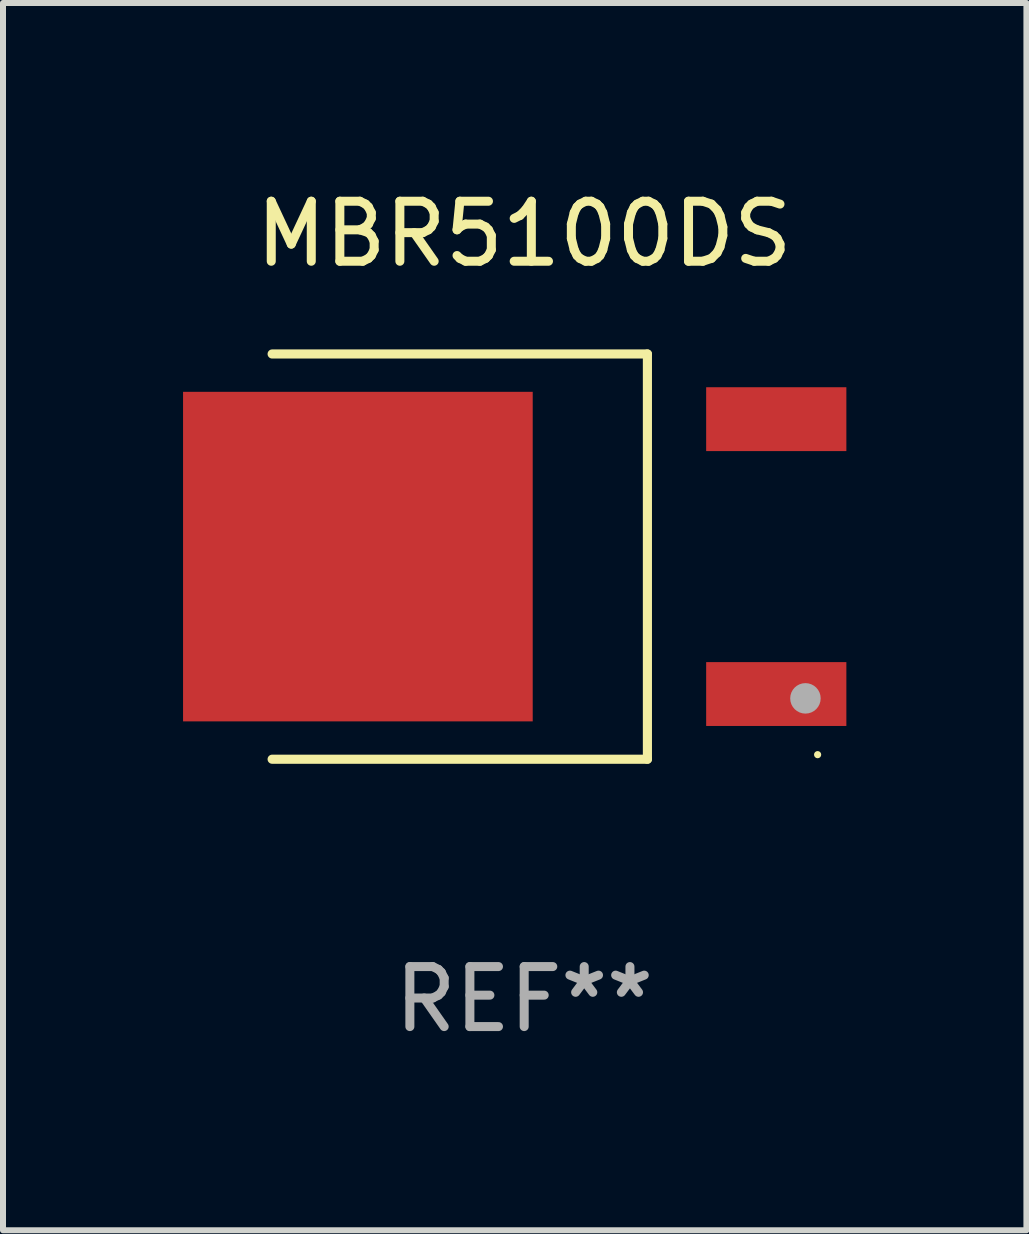
<source format=kicad_pcb>
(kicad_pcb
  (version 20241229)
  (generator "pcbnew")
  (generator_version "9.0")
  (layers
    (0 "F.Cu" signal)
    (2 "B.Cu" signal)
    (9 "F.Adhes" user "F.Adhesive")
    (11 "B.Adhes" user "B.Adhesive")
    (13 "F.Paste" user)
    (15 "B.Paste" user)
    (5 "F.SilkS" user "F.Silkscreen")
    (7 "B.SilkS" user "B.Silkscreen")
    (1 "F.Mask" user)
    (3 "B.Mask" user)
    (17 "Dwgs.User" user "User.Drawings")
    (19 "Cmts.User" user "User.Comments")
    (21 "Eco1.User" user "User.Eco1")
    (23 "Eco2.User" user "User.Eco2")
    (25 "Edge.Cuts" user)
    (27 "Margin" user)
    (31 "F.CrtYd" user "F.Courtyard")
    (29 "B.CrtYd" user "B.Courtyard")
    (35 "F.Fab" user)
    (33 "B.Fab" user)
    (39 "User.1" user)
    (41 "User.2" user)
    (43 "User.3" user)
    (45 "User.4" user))
  (footprint "MBR5100DS"
    (layer "F.Cu")
    (at 5.684 6.224)
    (property "Reference" "MBR5100DS" (at 0 -5.376 0) (layer "F.SilkS") (effects (font (size 1 1) (thickness 0.15))))
    (attr through_hole)
    (fp_line (start -4.2 -3.376) (end 2.053 -3.376) (stroke (width 0.152) (type solid)) (layer "F.SilkS"))
    (fp_line (start -4.2 3.376) (end 2.053 3.376) (stroke (width 0.152) (type solid)) (layer "F.SilkS"))
    (fp_line (start 2.053 3.376) (end 2.053 -3.376) (stroke (width 0.152) (type solid)) (layer "F.SilkS"))
    (fp_circle (center 4.889 3.3) (end 4.919 3.3) (stroke (width 0.06) (type solid)) (fill no) (layer "F.SilkS"))
    (fp_circle (center 4.686 2.362) (end 4.813 2.362) (stroke (width 0.254) (type solid)) (fill no) (layer "F.Fab"))
    (fp_text user "REF**" (at 0 7.376 0) (layer "F.Fab") (effects (font (size 1 1) (thickness 0.15))))
    (pad "1" smd rect (at 4.2 2.29) (size 2.336 1.064) (layers "F.Cu" "F.Mask" "F.Paste"))
    (pad "3" smd rect (at 4.2 -2.29) (size 2.336 1.064) (layers "F.Cu" "F.Mask" "F.Paste"))
    (pad "4" smd rect (at -2.771 0) (size 5.826 5.491) (layers "F.Cu" "F.Mask" "F.Paste")))
  (gr_rect
    (start -3 -3)
    (end 14.052 17.449)
    (stroke (width 0.1) (type default))
    (fill no)
    (layer "Edge.Cuts")))
</source>
